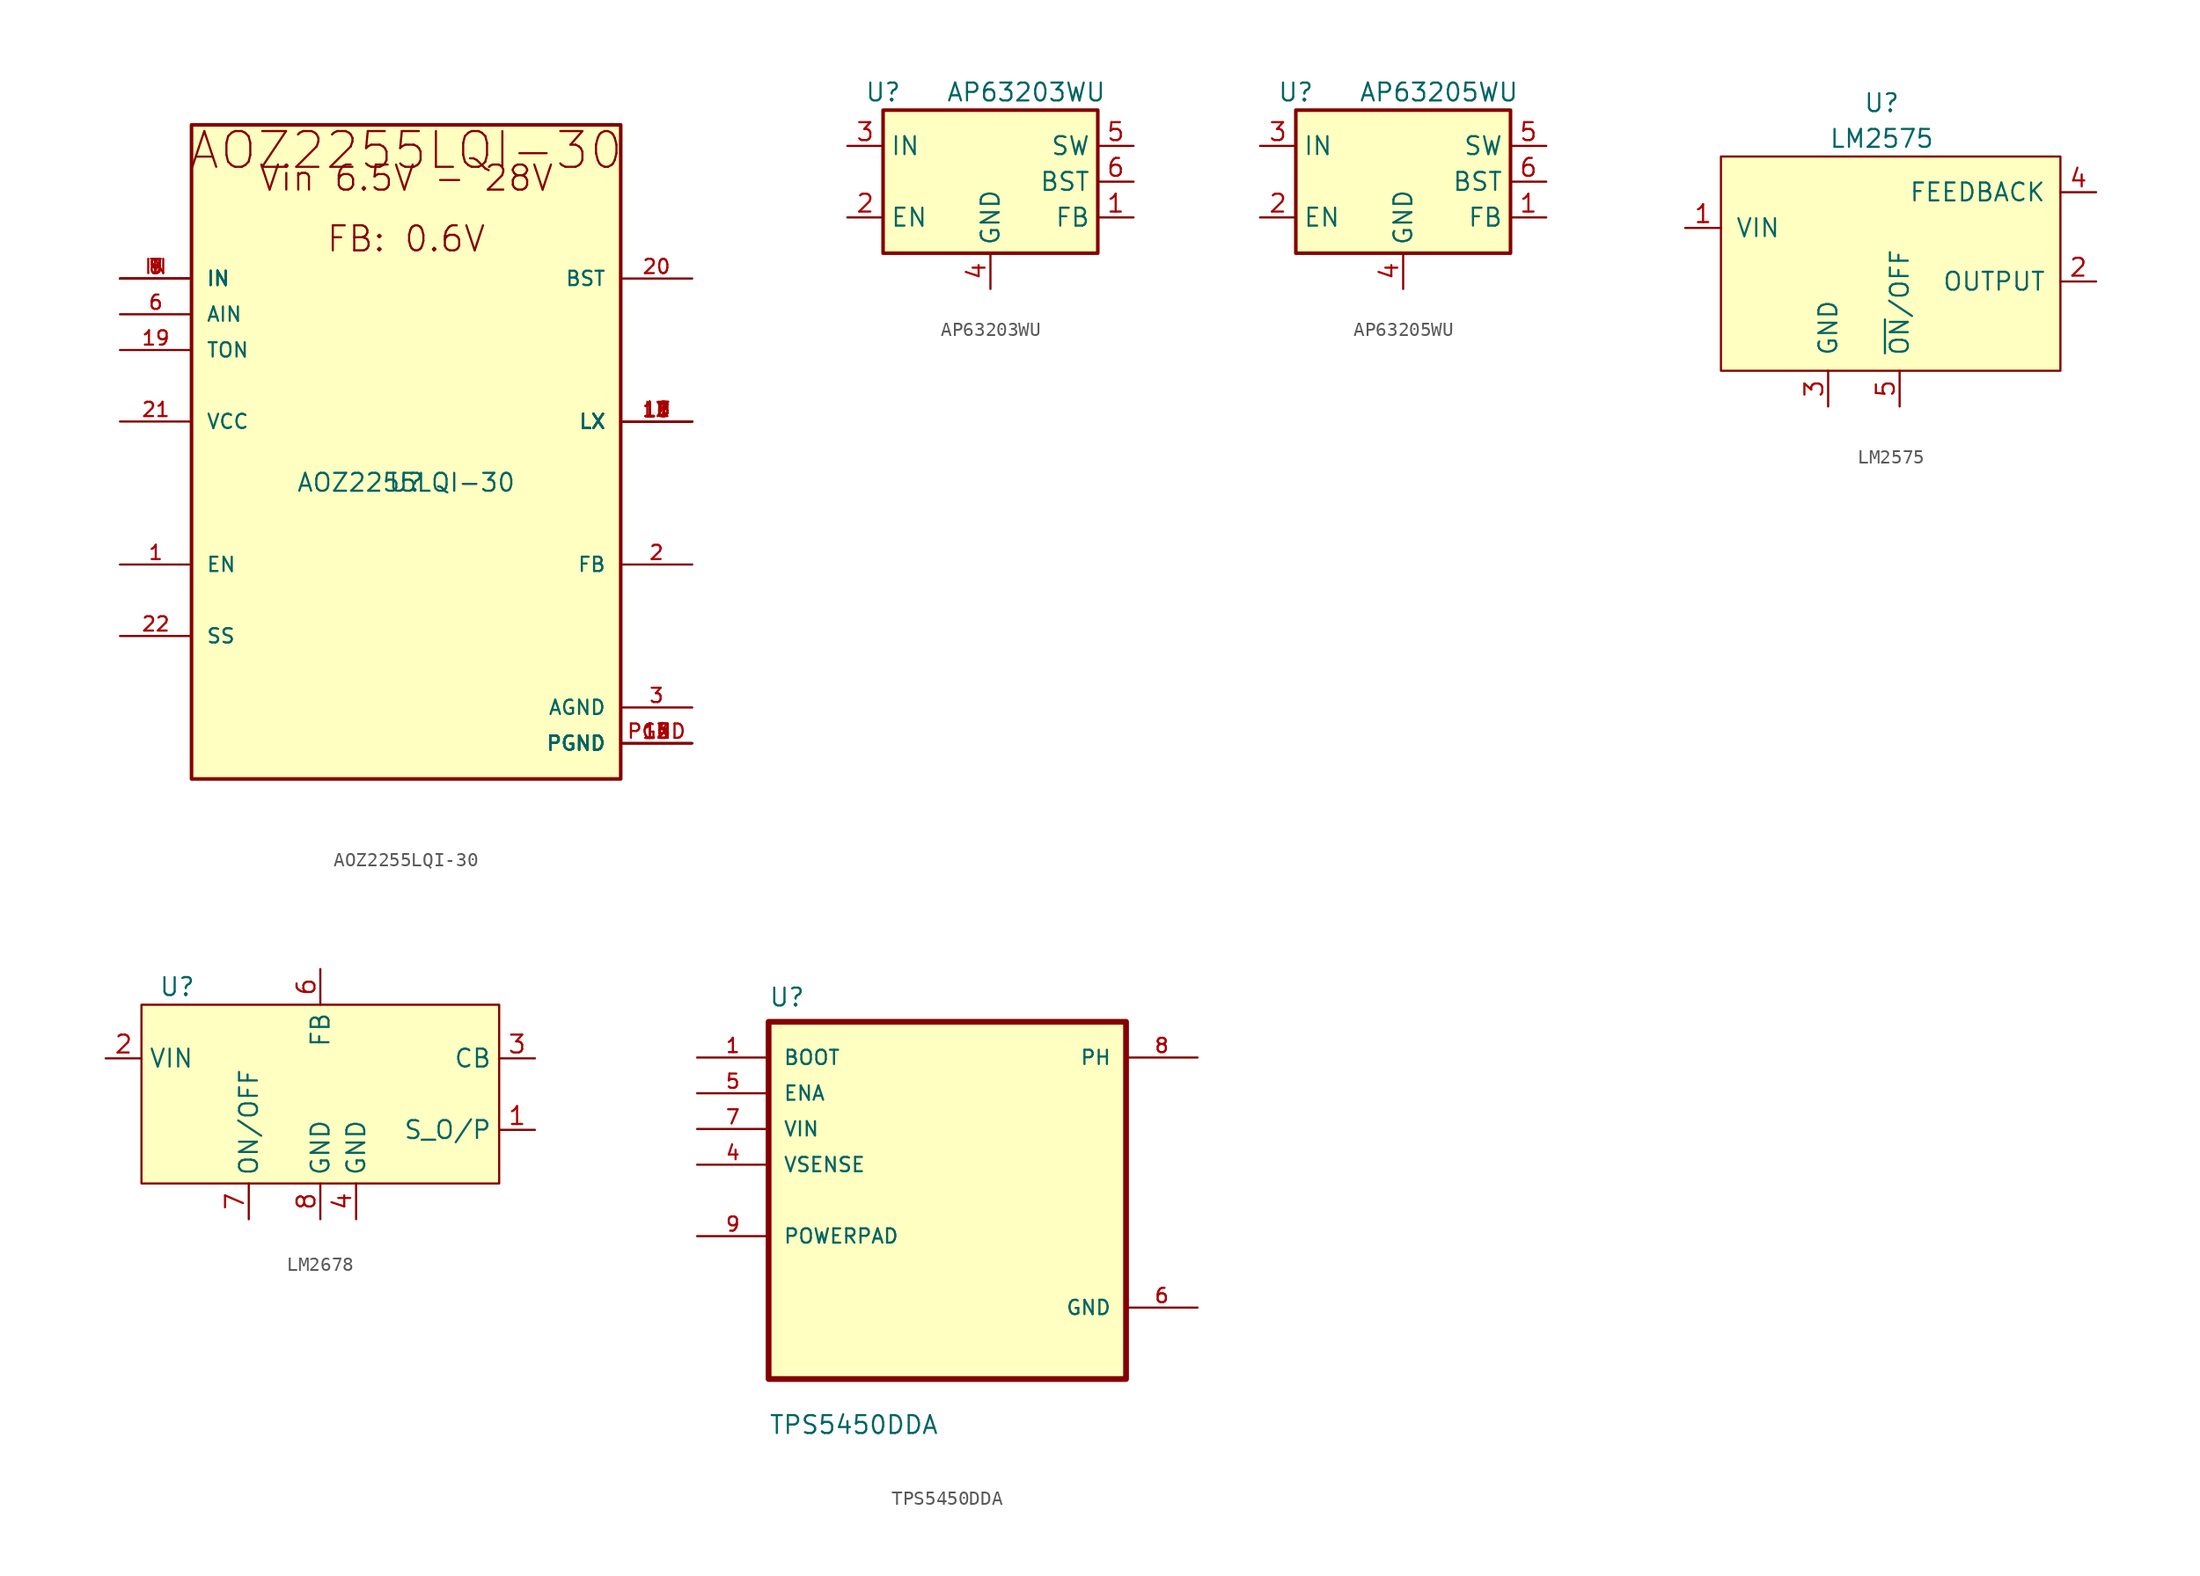
<source format=kicad_sym>
(kicad_symbol_lib
  (version 20231120)
  (generator "kicad_symbol_editor")
  (generator_version "8.0")
  (symbol "AOZ2255LQI-30"
    (pin_names
      (offset 1.016))
    (property "Reference" "U"
      (at 0 0 0)
      (effects (font (size 1.27 1.27)) (justify bottom)))
    (property "Value" "AOZ2255LQI-30"
      (at 0 0 0)
      (effects (font (size 1.27 1.27)) (justify bottom)))
    (symbol "AOZ2255LQI-30_0_0"
      (rectangle (start -15.24 -20.32) (end 15.24 26.162) (stroke (width 0.254) (type default)) (fill (type background)))
      (text "AOZ2255LQI-30" (at 0 22.86 0) (effects (font (size 2.54 2.54)) (justify bottom)))
      (text "FB: 0.6V" (at 0 17.018 0) (effects (font (size 1.778 1.778)) (justify bottom)))
      (text "Vin 6.5V - 28V" (at 0 21.336 0) (effects (font (size 1.778 1.778)) (justify bottom)))
      (pin bidirectional line (at -20.32 -5.08 0) (length 5.08) (name "EN" (effects (font (size 1.016 1.016)))) (number "1" (effects (font (size 1.016 1.016)))))
      (pin bidirectional line (at 20.32 5.08 180) (length 5.08) (name "LX" (effects (font (size 1.016 1.016)))) (number "10" (effects (font (size 1.016 1.016)))))
      (pin bidirectional line (at 20.32 5.08 180) (length 5.08) (name "LX" (effects (font (size 1.016 1.016)))) (number "11" (effects (font (size 1.016 1.016)))))
      (pin bidirectional line (at 20.32 -17.78 180) (length 5.08) (name "PGND" (effects (font (size 1.016 1.016)))) (number "12" (effects (font (size 1.016 1.016)))))
      (pin bidirectional line (at 20.32 -17.78 180) (length 5.08) (name "PGND" (effects (font (size 1.016 1.016)))) (number "13" (effects (font (size 1.016 1.016)))))
      (pin bidirectional line (at 20.32 -17.78 180) (length 5.08) (name "PGND" (effects (font (size 1.016 1.016)))) (number "14" (effects (font (size 1.016 1.016)))))
      (pin bidirectional line (at 20.32 -17.78 180) (length 5.08) (name "PGND" (effects (font (size 1.016 1.016)))) (number "15" (effects (font (size 1.016 1.016)))))
      (pin bidirectional line (at 20.32 5.08 180) (length 5.08) (name "LX" (effects (font (size 1.016 1.016)))) (number "16" (effects (font (size 1.016 1.016)))))
      (pin bidirectional line (at 20.32 5.08 180) (length 5.08) (name "LX" (effects (font (size 1.016 1.016)))) (number "17" (effects (font (size 1.016 1.016)))))
      (pin bidirectional line (at 20.32 5.08 180) (length 5.08) (name "LX" (effects (font (size 1.016 1.016)))) (number "18" (effects (font (size 1.016 1.016)))))
      (pin bidirectional line (at -20.32 10.16 0) (length 5.08) (name "TON" (effects (font (size 1.016 1.016)))) (number "19" (effects (font (size 1.016 1.016)))))
      (pin bidirectional line (at 20.32 -5.08 180) (length 5.08) (name "FB" (effects (font (size 1.016 1.016)))) (number "2" (effects (font (size 1.016 1.016)))))
      (pin bidirectional line (at 20.32 15.24 180) (length 5.08) (name "BST" (effects (font (size 1.016 1.016)))) (number "20" (effects (font (size 1.016 1.016)))))
      (pin bidirectional line (at -20.32 5.08 0) (length 5.08) (name "VCC" (effects (font (size 1.016 1.016)))) (number "21" (effects (font (size 1.016 1.016)))))
      (pin bidirectional line (at -20.32 -10.16 0) (length 5.08) (name "SS" (effects (font (size 1.016 1.016)))) (number "22" (effects (font (size 1.016 1.016)))))
      (pin bidirectional line (at 20.32 -15.24 180) (length 5.08) (name "AGND" (effects (font (size 1.016 1.016)))) (number "3" (effects (font (size 1.016 1.016)))))
      (pin bidirectional line (at -20.32 12.7 0) (length 5.08) (name "AIN" (effects (font (size 1.016 1.016)))) (number "6" (effects (font (size 1.016 1.016)))))
      (pin bidirectional line (at -20.32 15.24 0) (length 5.08) (name "IN" (effects (font (size 1.016 1.016)))) (number "7" (effects (font (size 1.016 1.016)))))
      (pin bidirectional line (at -20.32 15.24 0) (length 5.08) (name "IN" (effects (font (size 1.016 1.016)))) (number "8" (effects (font (size 1.016 1.016)))))
      (pin bidirectional line (at -20.32 15.24 0) (length 5.08) (name "IN" (effects (font (size 1.016 1.016)))) (number "9" (effects (font (size 1.016 1.016)))))
      (pin bidirectional line (at -20.32 15.24 0) (length 5.08) (name "IN" (effects (font (size 1.016 1.016)))) (number "IN" (effects (font (size 1.016 1.016)))))
      (pin bidirectional line (at 20.32 5.08 180) (length 5.08) (name "LX" (effects (font (size 1.016 1.016)))) (number "LX" (effects (font (size 1.016 1.016)))))
      (pin bidirectional line (at 20.32 -17.78 180) (length 5.08) (name "PGND" (effects (font (size 1.016 1.016)))) (number "PGND" (effects (font (size 1.016 1.016)))))))
  (symbol "AP63203WU"
    (property "Reference" "U"
      (at -7.62 6.35 0)
      (effects (font (size 1.27 1.27))))
    (property "Value" "AP63203WU"
      (at 2.54 6.35 0)
      (effects (font (size 1.27 1.27))))
    (symbol "AP63203WU_0_1"
      (rectangle (start -7.62 5.08) (end 7.62 -5.08) (stroke (width 0.254) (type default)) (fill (type background))))
    (symbol "AP63203WU_1_1"
      (pin input line (at 10.16 -2.54 180) (length 2.54) (name "FB" (effects (font (size 1.27 1.27)))) (number "1" (effects (font (size 1.27 1.27)))))
      (pin input line (at -10.16 -2.54 0) (length 2.54) (name "EN" (effects (font (size 1.27 1.27)))) (number "2" (effects (font (size 1.27 1.27)))))
      (pin power_in line (at -10.16 2.54 0) (length 2.54) (name "IN" (effects (font (size 1.27 1.27)))) (number "3" (effects (font (size 1.27 1.27)))))
      (pin power_in line (at 0 -7.62 90) (length 2.54) (name "GND" (effects (font (size 1.27 1.27)))) (number "4" (effects (font (size 1.27 1.27)))))
      (pin output line (at 10.16 2.54 180) (length 2.54) (name "SW" (effects (font (size 1.27 1.27)))) (number "5" (effects (font (size 1.27 1.27)))))
      (pin passive line (at 10.16 0 180) (length 2.54) (name "BST" (effects (font (size 1.27 1.27)))) (number "6" (effects (font (size 1.27 1.27)))))))
  (symbol "AP63205WU"
    (property "Reference" "U"
      (at -7.62 6.35 0)
      (effects (font (size 1.27 1.27))))
    (property "Value" "AP63205WU"
      (at 2.54 6.35 0)
      (effects (font (size 1.27 1.27))))
    (symbol "AP63205WU_0_1"
      (rectangle (start -7.62 5.08) (end 7.62 -5.08) (stroke (width 0.254) (type default)) (fill (type background))))
    (symbol "AP63205WU_1_1"
      (pin input line (at 10.16 -2.54 180) (length 2.54) (name "FB" (effects (font (size 1.27 1.27)))) (number "1" (effects (font (size 1.27 1.27)))))
      (pin input line (at -10.16 -2.54 0) (length 2.54) (name "EN" (effects (font (size 1.27 1.27)))) (number "2" (effects (font (size 1.27 1.27)))))
      (pin power_in line (at -10.16 2.54 0) (length 2.54) (name "IN" (effects (font (size 1.27 1.27)))) (number "3" (effects (font (size 1.27 1.27)))))
      (pin power_in line (at 0 -7.62 90) (length 2.54) (name "GND" (effects (font (size 1.27 1.27)))) (number "4" (effects (font (size 1.27 1.27)))))
      (pin output line (at 10.16 2.54 180) (length 2.54) (name "SW" (effects (font (size 1.27 1.27)))) (number "5" (effects (font (size 1.27 1.27)))))
      (pin passive line (at 10.16 0 180) (length 2.54) (name "BST" (effects (font (size 1.27 1.27)))) (number "6" (effects (font (size 1.27 1.27)))))))
  (symbol "LM2575"
    (pin_names
      (offset 1.016))
    (property "Reference" "U"
      (at 0 11.43 0)
      (effects (font (size 1.27 1.27))))
    (property "Value" "LM2575"
      (at 0 8.89 0)
      (effects (font (size 1.27 1.27))))
    (symbol "LM2575_0_1"
      (rectangle (start -11.43 7.62) (end 12.7 -7.62) (stroke (width 0) (type default)) (fill (type background))))
    (symbol "LM2575_1_1"
      (pin power_in line (at -13.97 2.54 0) (length 2.54) (name "VIN" (effects (font (size 1.27 1.27)))) (number "1" (effects (font (size 1.27 1.27)))))
      (pin output line (at 15.24 -1.27 180) (length 2.54) (name "OUTPUT" (effects (font (size 1.27 1.27)))) (number "2" (effects (font (size 1.27 1.27)))))
      (pin power_in line (at -3.81 -10.16 90) (length 2.54) (name "GND" (effects (font (size 1.27 1.27)))) (number "3" (effects (font (size 1.27 1.27)))))
      (pin input line (at 15.24 5.08 180) (length 2.54) (name "FEEDBACK" (effects (font (size 1.27 1.27)))) (number "4" (effects (font (size 1.27 1.27)))))
      (pin input line (at 1.27 -10.16 90) (length 2.54) (name "~{ON}/OFF" (effects (font (size 1.27 1.27)))) (number "5" (effects (font (size 1.27 1.27)))))))
  (symbol "LM2678"
    (property "Reference" "U"
      (at -6.35 6.35 0)
      (effects (font (size 1.27 1.27))))
    (property "Value" ""
      (at -6.35 6.35 0)
      (effects (font (size 1.27 1.27))))
    (symbol "LM2678_0_1"
      (rectangle (start -8.89 5.08) (end 16.51 -7.62) (stroke (width 0) (type default)) (fill (type background))))
    (symbol "LM2678_1_1"
      (pin input line (at 19.05 -3.81 180) (length 2.54) (name "S_O/P" (effects (font (size 1.27 1.27)))) (number "1" (effects (font (size 1.27 1.27)))))
      (pin input line (at -11.43 1.27 0) (length 2.54) (name "VIN" (effects (font (size 1.27 1.27)))) (number "2" (effects (font (size 1.27 1.27)))))
      (pin input line (at 19.05 1.27 180) (length 2.54) (name "CB" (effects (font (size 1.27 1.27)))) (number "3" (effects (font (size 1.27 1.27)))))
      (pin input line (at 6.35 -10.16 90) (length 2.54) (name "GND" (effects (font (size 1.27 1.27)))) (number "4" (effects (font (size 1.27 1.27)))))
      (pin input line (at 3.81 7.62 270) (length 2.54) (name "FB" (effects (font (size 1.27 1.27)))) (number "6" (effects (font (size 1.27 1.27)))))
      (pin input line (at -1.27 -10.16 90) (length 2.54) (name "ON/OFF" (effects (font (size 1.27 1.27)))) (number "7" (effects (font (size 1.27 1.27)))))
      (pin input line (at 3.81 -10.16 90) (length 2.54) (name "GND" (effects (font (size 1.27 1.27)))) (number "8" (effects (font (size 1.27 1.27)))))))
  (symbol "TPS5450DDA"
    (pin_names
      (offset 1.016))
    (property "Reference" "U"
      (at -12.7 13.7 0)
      (effects (font (size 1.27 1.27)) (justify left bottom)))
    (property "Value" "TPS5450DDA"
      (at -12.7 -16.7 0)
      (effects (font (size 1.27 1.27)) (justify left bottom)))
    (symbol "TPS5450DDA_0_0"
      (rectangle (start -12.7 -12.7) (end 12.7 12.7) (stroke (width 0.41) (type default)) (fill (type background)))
      (pin input line (at -17.78 10.16 0) (length 5.08) (name "BOOT" (effects (font (size 1.016 1.016)))) (number "1" (effects (font (size 1.016 1.016)))))
      (pin input line (at -17.78 2.54 0) (length 5.08) (name "VSENSE" (effects (font (size 1.016 1.016)))) (number "4" (effects (font (size 1.016 1.016)))))
      (pin input line (at -17.78 7.62 0) (length 5.08) (name "ENA" (effects (font (size 1.016 1.016)))) (number "5" (effects (font (size 1.016 1.016)))))
      (pin power_in line (at 17.78 -7.62 180) (length 5.08) (name "GND" (effects (font (size 1.016 1.016)))) (number "6" (effects (font (size 1.016 1.016)))))
      (pin input line (at -17.78 5.08 0) (length 5.08) (name "VIN" (effects (font (size 1.016 1.016)))) (number "7" (effects (font (size 1.016 1.016)))))
      (pin output line (at 17.78 10.16 180) (length 5.08) (name "PH" (effects (font (size 1.016 1.016)))) (number "8" (effects (font (size 1.016 1.016)))))
      (pin bidirectional line (at -17.78 -2.54 0) (length 5.08) (name "POWERPAD" (effects (font (size 1.016 1.016)))) (number "9" (effects (font (size 1.016 1.016))))))))
</source>
